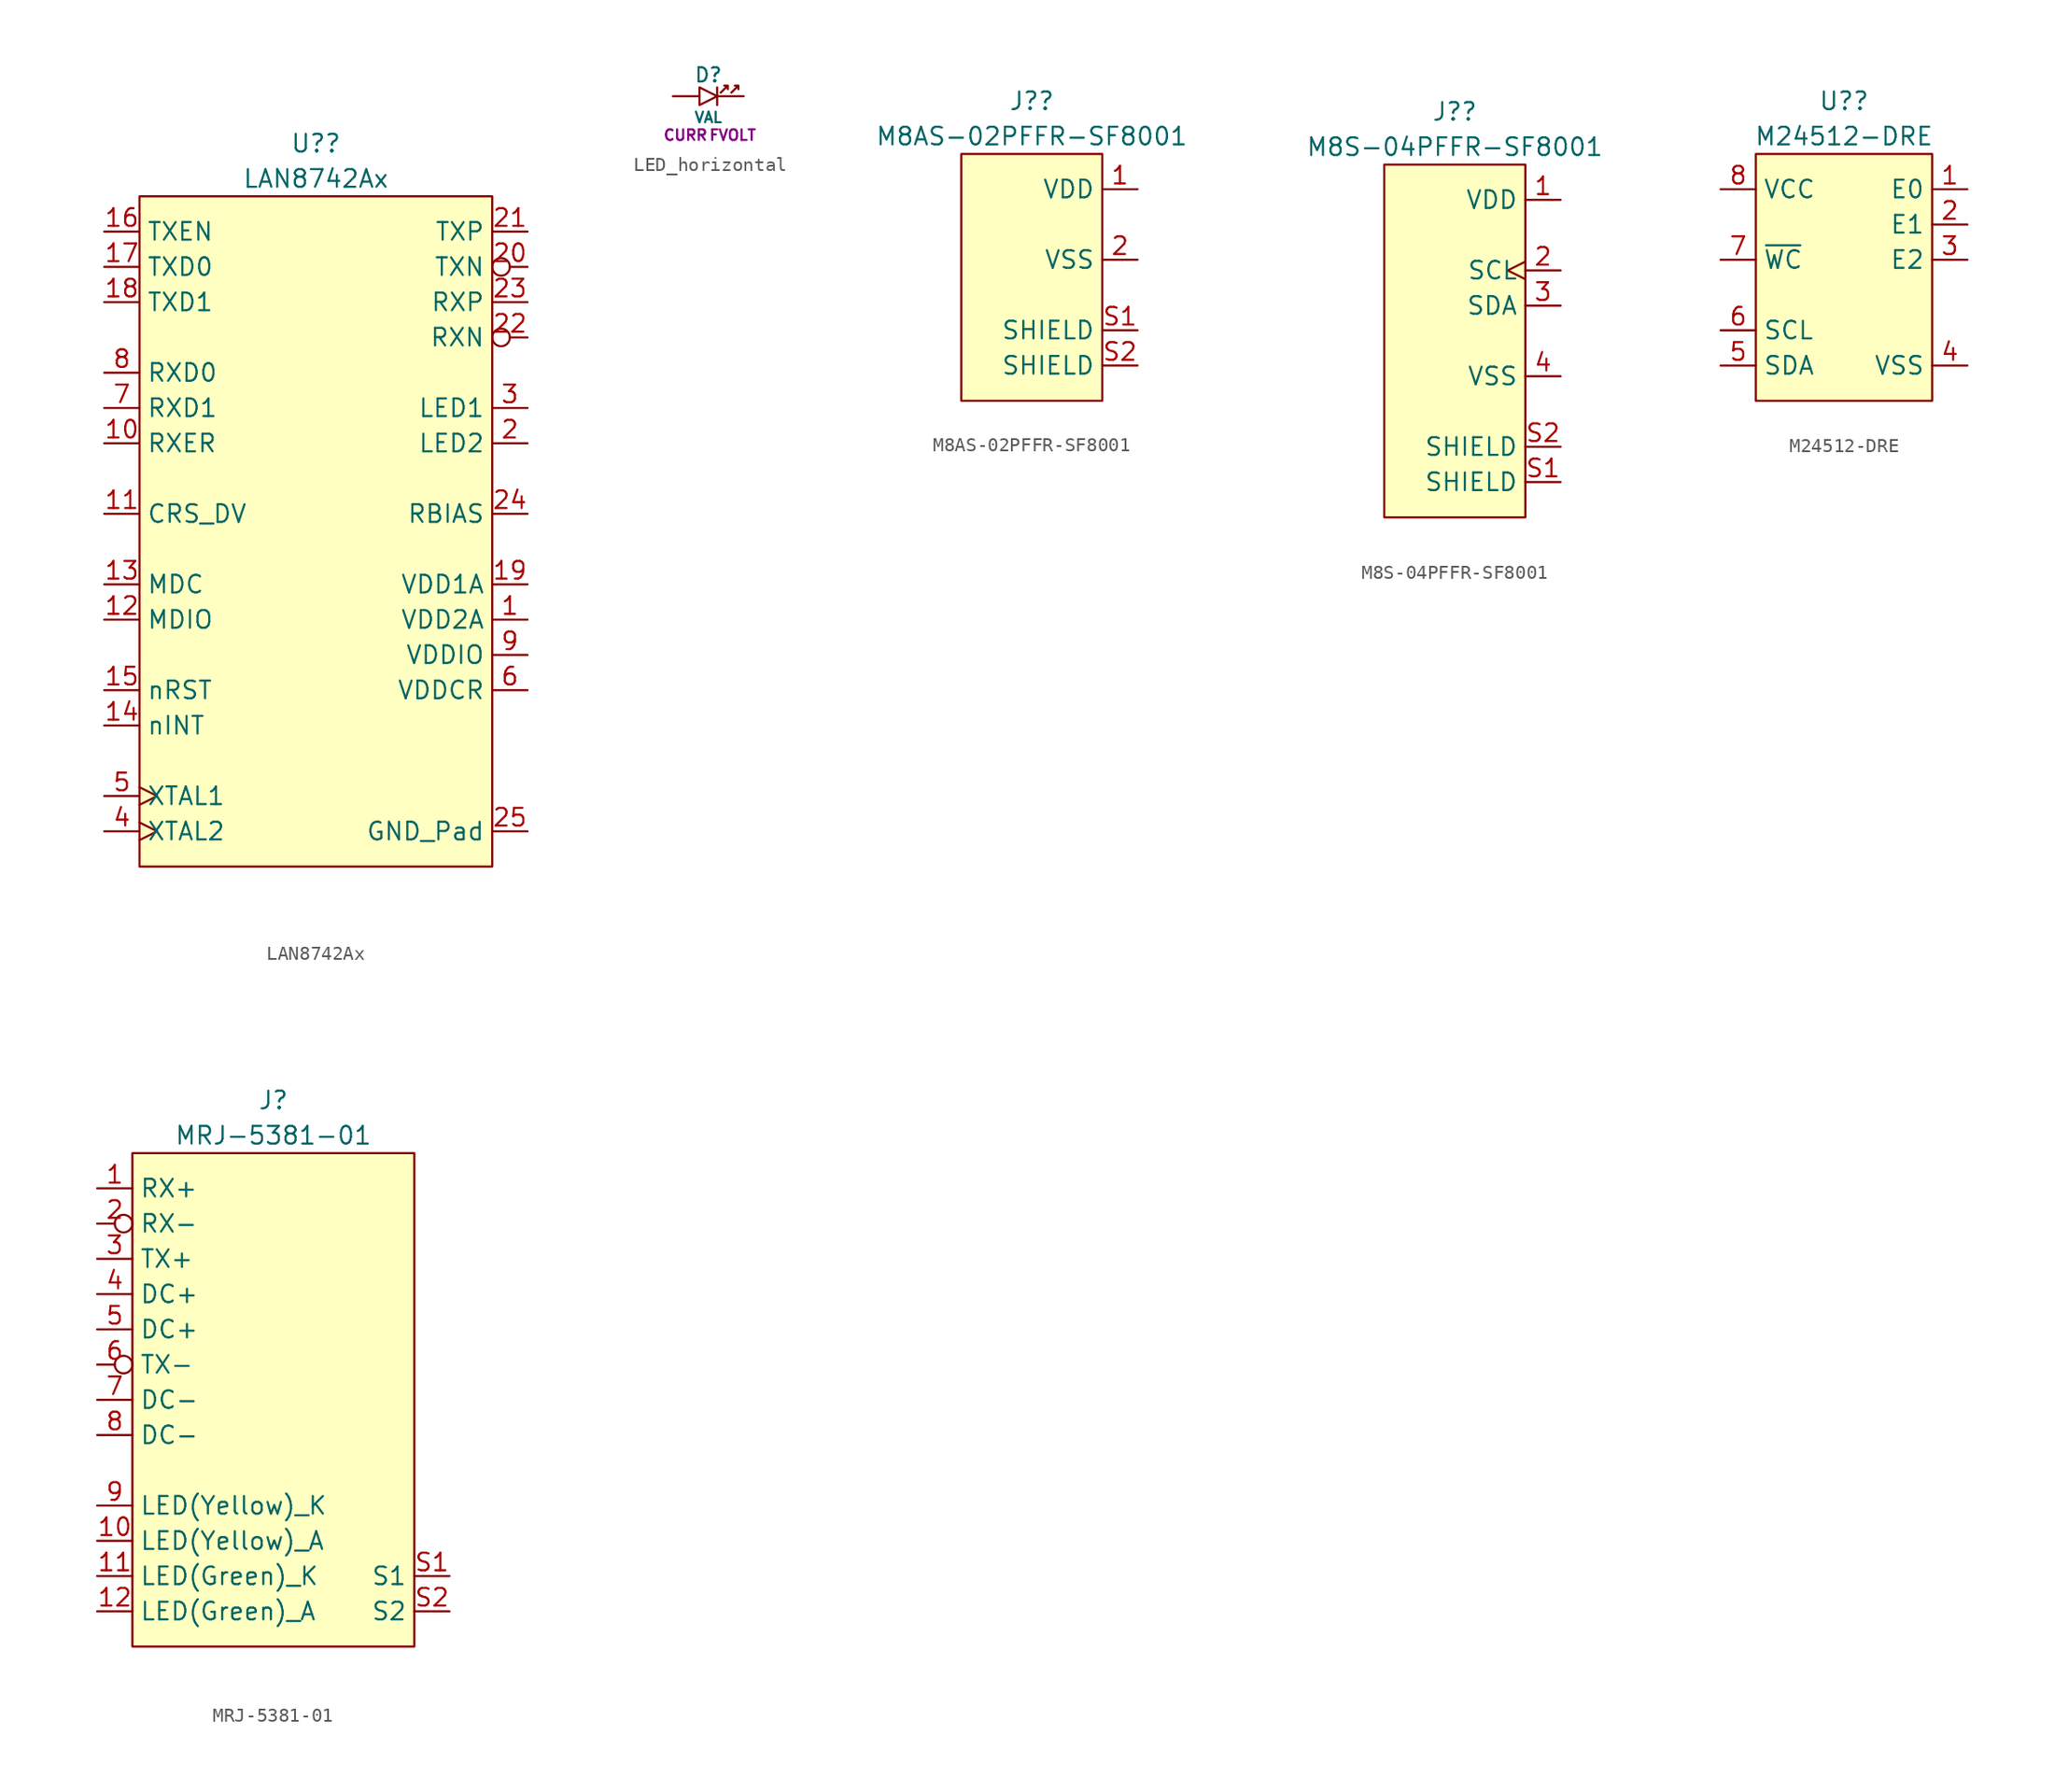
<source format=kicad_sym>
(kicad_symbol_lib
  (version 20241209)
  (generator "kicad_symbol_editor")
  (generator_version "9.0")
  (symbol "LAN8742Ax"
    (property "Reference" "U?"
      (at 0 27.94 0)
      (do_not_autoplace)
      (effects (font (size 1.27 1.27))))
    (property "Value" "LAN8742Ax"
      (at 0 25.4 0)
      (do_not_autoplace)
      (effects (font (size 1.27 1.27))))
    (symbol "LAN8742Ax_0_0"
      (pin output line (at -15.24 21.59 0) (length 2.54) (name "TXEN" (effects (font (size 1.27 1.27)))) (number "16" (effects (font (size 1.27 1.27)))))
      (pin output line (at -15.24 19.05 0) (length 2.54) (name "TXD0" (effects (font (size 1.27 1.27)))) (number "17" (effects (font (size 1.27 1.27)))))
      (pin output line (at -15.24 16.51 0) (length 2.54) (name "TXD1" (effects (font (size 1.27 1.27)))) (number "18" (effects (font (size 1.27 1.27)))))
      (pin input line (at -15.24 11.43 0) (length 2.54) (name "RXD0" (effects (font (size 1.27 1.27)))) (number "8" (effects (font (size 1.27 1.27)))))
      (pin input line (at -15.24 8.89 0) (length 2.54) (name "RXD1" (effects (font (size 1.27 1.27)))) (number "7" (effects (font (size 1.27 1.27)))))
      (pin input line (at -15.24 6.35 0) (length 2.54) (name "RXER" (effects (font (size 1.27 1.27)))) (number "10" (effects (font (size 1.27 1.27)))))
      (pin bidirectional line (at -15.24 1.27 0) (length 2.54) (name "CRS_DV" (effects (font (size 1.27 1.27)))) (number "11" (effects (font (size 1.27 1.27)))))
      (pin input line (at -15.24 -3.81 0) (length 2.54) (name "MDC" (effects (font (size 1.27 1.27)))) (number "13" (effects (font (size 1.27 1.27)))))
      (pin bidirectional line (at -15.24 -6.35 0) (length 2.54) (name "MDIO" (effects (font (size 1.27 1.27)))) (number "12" (effects (font (size 1.27 1.27)))))
      (pin input line (at -15.24 -11.43 0) (length 2.54) (name "nRST" (effects (font (size 1.27 1.27)))) (number "15" (effects (font (size 1.27 1.27)))))
      (pin input line (at -15.24 -13.97 0) (length 2.54) (name "nINT" (effects (font (size 1.27 1.27)))) (number "14" (effects (font (size 1.27 1.27)))))
      (pin output line (at 15.24 21.59 180) (length 2.54) (name "TXP" (effects (font (size 1.27 1.27)))) (number "21" (effects (font (size 1.27 1.27)))))
      (pin output inverted (at 15.24 19.05 180) (length 2.54) (name "TXN" (effects (font (size 1.27 1.27)))) (number "20" (effects (font (size 1.27 1.27)))))
      (pin input line (at 15.24 16.51 180) (length 2.54) (name "RXP" (effects (font (size 1.27 1.27)))) (number "23" (effects (font (size 1.27 1.27)))))
      (pin input inverted (at 15.24 13.97 180) (length 2.54) (name "RXN" (effects (font (size 1.27 1.27)))) (number "22" (effects (font (size 1.27 1.27)))))
      (pin output line (at 15.24 8.89 180) (length 2.54) (name "LED1" (effects (font (size 1.27 1.27)))) (number "3" (effects (font (size 1.27 1.27)))))
      (pin output line (at 15.24 6.35 180) (length 2.54) (name "LED2" (effects (font (size 1.27 1.27)))) (number "2" (effects (font (size 1.27 1.27)))))
      (pin input line (at 15.24 1.27 180) (length 2.54) (name "RBIAS" (effects (font (size 1.27 1.27)))) (number "24" (effects (font (size 1.27 1.27)))))
      (pin power_in line (at 15.24 -3.81 180) (length 2.54) (name "VDD1A" (effects (font (size 1.27 1.27)))) (number "19" (effects (font (size 1.27 1.27)))))
      (pin power_in line (at 15.24 -6.35 180) (length 2.54) (name "VDD2A" (effects (font (size 1.27 1.27)))) (number "1" (effects (font (size 1.27 1.27)))))
      (pin power_in line (at 15.24 -8.89 180) (length 2.54) (name "VDDIO" (effects (font (size 1.27 1.27)))) (number "9" (effects (font (size 1.27 1.27))))))
    (symbol "LAN8742Ax_1_0"
      (pin input clock (at -15.24 -19.05 0) (length 2.54) (name "XTAL1" (effects (font (size 1.27 1.27)))) (number "5" (effects (font (size 1.27 1.27)))))
      (pin output clock (at -15.24 -21.59 0) (length 2.54) (name "XTAL2" (effects (font (size 1.27 1.27)))) (number "4" (effects (font (size 1.27 1.27)))))
      (pin power_out line (at 15.24 -11.43 180) (length 2.54) (name "VDDCR" (effects (font (size 1.27 1.27)))) (number "6" (effects (font (size 1.27 1.27)))))
      (pin power_in line (at 15.24 -21.59 180) (length 2.54) (name "GND_Pad" (effects (font (size 1.27 1.27)))) (number "25" (effects (font (size 1.27 1.27))))))
    (symbol "LAN8742Ax_1_1"
      (rectangle (start -12.7 24.13) (end 12.7 -24.13) (stroke (width 0) (type solid)) (fill (type background)))))
  (symbol "LED_horizontal"
    (pin_numbers
      (hide yes))
    (property "Reference" "D"
      (at 0 1.524 0)
      (do_not_autoplace)
      (effects (font (size 1.016 1.016))))
    (property "Value" "VAL"
      (at 0 -1.524 0)
      (do_not_autoplace)
      (effects (font (size 0.762 0.762))))
    (property "Forward Voltage" "FVOLT"
      (at 0 -2.794 0)
      (do_not_autoplace)
      (effects (font (size 0.762 0.762)) (justify left)))
    (property "Current" "CURR"
      (at 0 -2.794 0)
      (do_not_autoplace)
      (effects (font (size 0.762 0.762)) (justify right)))
    (symbol "LED_horizontal_0_1"
      (polyline (pts (xy 0.635 0.635) (xy 0.635 -0.635)) (stroke (width 0) (type default)) (fill (type none)))
      (polyline (pts (xy 0.889 0.254) (xy 1.397 0.762) (xy 1.143 0.762) (xy 1.397 0.762) (xy 1.397 0.508)) (stroke (width 0) (type default)) (fill (type none)))
      (polyline (pts (xy 1.651 0.254) (xy 2.159 0.762) (xy 1.905 0.762) (xy 2.159 0.762) (xy 2.159 0.508)) (stroke (width 0) (type default)) (fill (type none))))
    (symbol "LED_horizontal_1_0"
      (pin passive line (at -2.54 0 0) (length 1.905) (name "" (effects (font (size 1.27 1.27)))) (number "1" (effects (font (size 1.27 1.27)))))
      (pin passive line (at 2.54 0 180) (length 1.905) (name "" (effects (font (size 1.27 1.27)))) (number "2" (effects (font (size 1.27 1.27))))))
    (symbol "LED_horizontal_1_1"
      (polyline (pts (xy -0.635 0.635) (xy -0.635 -0.635) (xy 0.635 0) (xy -0.635 0.635)) (stroke (width 0.152) (type default)) (fill (type none)))))
  (symbol "M8AS-02PFFR-SF8001"
    (property "Reference" "J?"
      (at 0 11.43 0)
      (do_not_autoplace)
      (effects (font (size 1.27 1.27))))
    (property "Value" "M8AS-02PFFR-SF8001"
      (at 0 8.89 0)
      (do_not_autoplace)
      (effects (font (size 1.27 1.27))))
    (symbol "M8AS-02PFFR-SF8001_0_0"
      (pin power_out line (at 7.62 5.08 180) (length 2.54) (name "VDD" (effects (font (size 1.27 1.27)))) (number "1" (effects (font (size 1.27 1.27)))))
      (pin passive line (at 7.62 -5.08 180) (length 2.54) (name "SHIELD" (effects (font (size 1.27 1.27)))) (number "S1" (effects (font (size 1.27 1.27)))))
      (pin passive line (at 7.62 -7.62 180) (length 2.54) (name "SHIELD" (effects (font (size 1.27 1.27)))) (number "S2" (effects (font (size 1.27 1.27))))))
    (symbol "M8AS-02PFFR-SF8001_1_0"
      (pin power_in line (at 7.62 0 180) (length 2.54) (name "VSS" (effects (font (size 1.27 1.27)))) (number "2" (effects (font (size 1.27 1.27))))))
    (symbol "M8AS-02PFFR-SF8001_1_1"
      (rectangle (start -5.08 7.62) (end 5.08 -10.16) (stroke (width 0) (type solid)) (fill (type background)))))
  (symbol "M8S-04PFFR-SF8001"
    (property "Reference" "J?"
      (at 0 16.51 0)
      (do_not_autoplace)
      (effects (font (size 1.27 1.27))))
    (property "Value" "M8S-04PFFR-SF8001"
      (at 0 13.97 0)
      (do_not_autoplace)
      (effects (font (size 1.27 1.27))))
    (symbol "M8S-04PFFR-SF8001_0_0"
      (pin power_out line (at 7.62 10.16 180) (length 2.54) (name "VDD" (effects (font (size 1.27 1.27)))) (number "1" (effects (font (size 1.27 1.27)))))
      (pin bidirectional clock (at 7.62 5.08 180) (length 2.54) (name "SCL" (effects (font (size 1.27 1.27)))) (number "2" (effects (font (size 1.27 1.27)))))
      (pin bidirectional line (at 7.62 2.54 180) (length 2.54) (name "SDA" (effects (font (size 1.27 1.27)))) (number "3" (effects (font (size 1.27 1.27)))))
      (pin passive line (at 7.62 -7.62 180) (length 2.54) (name "SHIELD" (effects (font (size 1.27 1.27)))) (number "S2" (effects (font (size 1.27 1.27)))))
      (pin passive line (at 7.62 -10.16 180) (length 2.54) (name "SHIELD" (effects (font (size 1.27 1.27)))) (number "S1" (effects (font (size 1.27 1.27))))))
    (symbol "M8S-04PFFR-SF8001_1_0"
      (pin power_in line (at 7.62 -2.54 180) (length 2.54) (name "VSS" (effects (font (size 1.27 1.27)))) (number "4" (effects (font (size 1.27 1.27))))))
    (symbol "M8S-04PFFR-SF8001_1_1"
      (rectangle (start -5.08 12.7) (end 5.08 -12.7) (stroke (width 0) (type solid)) (fill (type background)))))
  (symbol "M24512-DRE"
    (property "Reference" "U?"
      (at 0 12.7 0)
      (do_not_autoplace)
      (effects (font (size 1.27 1.27))))
    (property "Value" "M24512-DRE"
      (at 0 10.16 0)
      (do_not_autoplace)
      (effects (font (size 1.27 1.27))))
    (symbol "M24512-DRE_0_0"
      (pin power_in line (at -8.89 6.35 0) (length 2.54) (name "VCC" (effects (font (size 1.27 1.27)))) (number "8" (effects (font (size 1.27 1.27)))))
      (pin input line (at -8.89 1.27 0) (length 2.54) (name "~{WC}" (effects (font (size 1.27 1.27)))) (number "7" (effects (font (size 1.27 1.27)))))
      (pin bidirectional line (at -8.89 -3.81 0) (length 2.54) (name "SCL" (effects (font (size 1.27 1.27)))) (number "6" (effects (font (size 1.27 1.27)))))
      (pin bidirectional line (at -8.89 -6.35 0) (length 2.54) (name "SDA" (effects (font (size 1.27 1.27)))) (number "5" (effects (font (size 1.27 1.27)))))
      (pin input line (at 8.89 6.35 180) (length 2.54) (name "E0" (effects (font (size 1.27 1.27)))) (number "1" (effects (font (size 1.27 1.27)))))
      (pin input line (at 8.89 3.81 180) (length 2.54) (name "E1" (effects (font (size 1.27 1.27)))) (number "2" (effects (font (size 1.27 1.27)))))
      (pin input line (at 8.89 1.27 180) (length 2.54) (name "E2" (effects (font (size 1.27 1.27)))) (number "3" (effects (font (size 1.27 1.27))))))
    (symbol "M24512-DRE_1_0"
      (pin power_in line (at 8.89 -6.35 180) (length 2.54) (name "VSS" (effects (font (size 1.27 1.27)))) (number "4" (effects (font (size 1.27 1.27))))))
    (symbol "M24512-DRE_1_1"
      (rectangle (start -6.35 8.89) (end 6.35 -8.89) (stroke (width 0) (type solid)) (fill (type background)))))
  (symbol "MRJ-5381-01"
    (property "Reference" "J"
      (at 0 21.59 0)
      (do_not_autoplace)
      (effects (font (size 1.27 1.27))))
    (property "Value" "MRJ-5381-01"
      (at 0 19.05 0)
      (do_not_autoplace)
      (effects (font (size 1.27 1.27))))
    (symbol "MRJ-5381-01_0_0"
      (pin input line (at -12.7 15.24 0) (length 2.54) (name "RX+" (effects (font (size 1.27 1.27)))) (number "1" (effects (font (size 1.27 1.27)))))
      (pin input inverted (at -12.7 12.7 0) (length 2.54) (name "RX-" (effects (font (size 1.27 1.27)))) (number "2" (effects (font (size 1.27 1.27)))))
      (pin output line (at -12.7 10.16 0) (length 2.54) (name "TX+" (effects (font (size 1.27 1.27)))) (number "3" (effects (font (size 1.27 1.27)))))
      (pin power_out line (at -12.7 7.62 0) (length 2.54) (name "DC+" (effects (font (size 1.27 1.27)))) (number "4" (effects (font (size 1.27 1.27)))))
      (pin power_out line (at -12.7 5.08 0) (length 2.54) (name "DC+" (effects (font (size 1.27 1.27)))) (number "5" (effects (font (size 1.27 1.27)))))
      (pin output inverted (at -12.7 2.54 0) (length 2.54) (name "TX-" (effects (font (size 1.27 1.27)))) (number "6" (effects (font (size 1.27 1.27)))))
      (pin power_out line (at -12.7 0 0) (length 2.54) (name "DC-" (effects (font (size 1.27 1.27)))) (number "7" (effects (font (size 1.27 1.27)))))
      (pin power_out line (at -12.7 -2.54 0) (length 2.54) (name "DC-" (effects (font (size 1.27 1.27)))) (number "8" (effects (font (size 1.27 1.27)))))
      (pin input line (at -12.7 -7.62 0) (length 2.54) (name "LED(Yellow)_K" (effects (font (size 1.27 1.27)))) (number "9" (effects (font (size 1.27 1.27)))))
      (pin passive line (at -12.7 -10.16 0) (length 2.54) (name "LED(Yellow)_A" (effects (font (size 1.27 1.27)))) (number "10" (effects (font (size 1.27 1.27)))))
      (pin input line (at -12.7 -12.7 0) (length 2.54) (name "LED(Green)_K" (effects (font (size 1.27 1.27)))) (number "11" (effects (font (size 1.27 1.27)))))
      (pin passive line (at -12.7 -15.24 0) (length 2.54) (name "LED(Green)_A" (effects (font (size 1.27 1.27)))) (number "12" (effects (font (size 1.27 1.27))))))
    (symbol "MRJ-5381-01_1_1"
      (rectangle (start -10.16 17.78) (end 10.16 -17.78) (stroke (width 0) (type solid)) (fill (type background)))
      (pin passive line (at 12.7 -12.7 180) (length 2.54) (name "S1" (effects (font (size 1.27 1.27)))) (number "S1" (effects (font (size 1.27 1.27)))))
      (pin passive line (at 12.7 -15.24 180) (length 2.54) (name "S2" (effects (font (size 1.27 1.27)))) (number "S2" (effects (font (size 1.27 1.27))))))))
</source>
